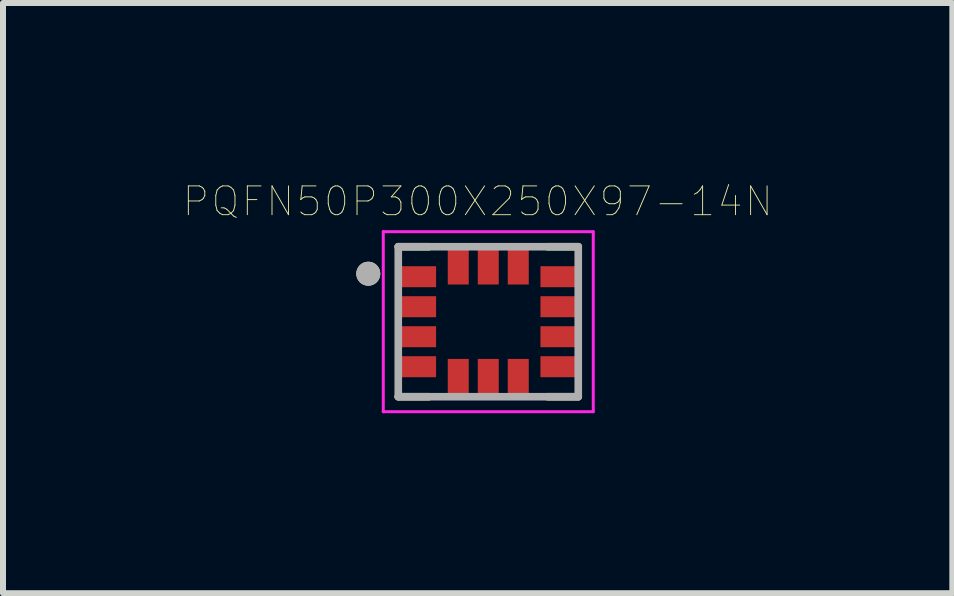
<source format=kicad_pcb>
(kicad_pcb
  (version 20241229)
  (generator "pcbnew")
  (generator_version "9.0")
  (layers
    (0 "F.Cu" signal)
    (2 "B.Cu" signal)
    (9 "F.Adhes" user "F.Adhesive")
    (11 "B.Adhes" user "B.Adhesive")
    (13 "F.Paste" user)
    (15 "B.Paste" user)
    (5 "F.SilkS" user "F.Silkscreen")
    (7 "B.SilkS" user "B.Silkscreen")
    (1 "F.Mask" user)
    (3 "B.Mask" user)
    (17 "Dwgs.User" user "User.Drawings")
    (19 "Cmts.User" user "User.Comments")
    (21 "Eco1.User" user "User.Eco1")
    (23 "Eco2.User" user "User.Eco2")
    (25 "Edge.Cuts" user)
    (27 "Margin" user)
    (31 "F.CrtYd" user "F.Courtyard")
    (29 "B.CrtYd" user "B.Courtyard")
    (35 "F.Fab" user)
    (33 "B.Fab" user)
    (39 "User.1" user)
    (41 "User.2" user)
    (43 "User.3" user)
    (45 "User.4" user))
  (footprint "PQFN50P300X250X97-14N"
    (layer "F.Cu")
    (at 5.088 2.312)
    (property "Reference" "PQFN50P300X250X97-14N" (at -0.176 -2.005 0) (layer "F.SilkS") (effects (font (size 0.48 0.48) (thickness 0.015))))
    (attr through_hole)
    (fp_poly (pts (xy -0.82 -0.85) (xy -0.82 -0.65) (xy -0.82 -0.643) (xy -0.821 -0.637) (xy -0.822 -0.63) (xy -0.823 -0.624) (xy -0.824 -0.618) (xy -0.826 -0.611) (xy -0.828 -0.605) (xy -0.831 -0.599) (xy -0.834 -0.593) (xy -0.837 -0.588) (xy -0.84 -0.582) (xy -0.844 -0.577) (xy -0.848 -0.571) (xy -0.852 -0.566) (xy -0.857 -0.562) (xy -0.861 -0.557) (xy -0.866 -0.553) (xy -0.872 -0.549) (xy -0.877 -0.545) (xy -0.882 -0.542) (xy -0.888 -0.539) (xy -0.894 -0.536) (xy -0.9 -0.533) (xy -0.906 -0.531) (xy -0.913 -0.529) (xy -0.919 -0.528) (xy -0.925 -0.527) (xy -0.932 -0.526) (xy -0.938 -0.525) (xy -0.945 -0.525) (xy -1.385 -0.525) (xy -1.392 -0.525) (xy -1.398 -0.526) (xy -1.405 -0.527) (xy -1.411 -0.528) (xy -1.417 -0.529) (xy -1.424 -0.531) (xy -1.43 -0.533) (xy -1.436 -0.536) (xy -1.442 -0.539) (xy -1.448 -0.542) (xy -1.453 -0.545) (xy -1.458 -0.549) (xy -1.464 -0.553) (xy -1.469 -0.557) (xy -1.473 -0.562) (xy -1.478 -0.566) (xy -1.482 -0.571) (xy -1.486 -0.577) (xy -1.49 -0.582) (xy -1.493 -0.588) (xy -1.496 -0.593) (xy -1.499 -0.599) (xy -1.502 -0.605) (xy -1.504 -0.611) (xy -1.506 -0.618) (xy -1.507 -0.624) (xy -1.508 -0.63) (xy -1.509 -0.637) (xy -1.51 -0.643) (xy -1.51 -0.65) (xy -1.51 -0.85) (xy -1.51 -0.857) (xy -1.509 -0.863) (xy -1.508 -0.87) (xy -1.507 -0.876) (xy -1.506 -0.882) (xy -1.504 -0.889) (xy -1.502 -0.895) (xy -1.499 -0.901) (xy -1.496 -0.907) (xy -1.493 -0.912) (xy -1.49 -0.918) (xy -1.486 -0.923) (xy -1.482 -0.929) (xy -1.478 -0.934) (xy -1.473 -0.938) (xy -1.469 -0.943) (xy -1.464 -0.947) (xy -1.458 -0.951) (xy -1.453 -0.955) (xy -1.448 -0.958) (xy -1.442 -0.961) (xy -1.436 -0.964) (xy -1.43 -0.967) (xy -1.424 -0.969) (xy -1.417 -0.971) (xy -1.411 -0.972) (xy -1.405 -0.973) (xy -1.398 -0.974) (xy -1.392 -0.975) (xy -1.385 -0.975) (xy -0.945 -0.975) (xy -0.938 -0.975) (xy -0.932 -0.974) (xy -0.925 -0.973) (xy -0.919 -0.972) (xy -0.913 -0.971) (xy -0.906 -0.969) (xy -0.9 -0.967) (xy -0.894 -0.964) (xy -0.888 -0.961) (xy -0.882 -0.958) (xy -0.877 -0.955) (xy -0.872 -0.951) (xy -0.866 -0.947) (xy -0.861 -0.943) (xy -0.857 -0.938) (xy -0.852 -0.934) (xy -0.848 -0.929) (xy -0.844 -0.923) (xy -0.84 -0.918) (xy -0.837 -0.912) (xy -0.834 -0.907) (xy -0.831 -0.901) (xy -0.828 -0.895) (xy -0.826 -0.889) (xy -0.824 -0.882) (xy -0.823 -0.876) (xy -0.822 -0.87) (xy -0.821 -0.863) (xy -0.82 -0.857) (xy -0.82 -0.85)) (stroke (width 0.01) (type solid)) (fill yes) (layer "F.Mask"))
    (fp_poly (pts (xy -0.82 -0.35) (xy -0.82 -0.15) (xy -0.82 -0.143) (xy -0.821 -0.137) (xy -0.822 -0.13) (xy -0.823 -0.124) (xy -0.824 -0.118) (xy -0.826 -0.111) (xy -0.828 -0.105) (xy -0.831 -0.099) (xy -0.834 -0.093) (xy -0.837 -0.087) (xy -0.84 -0.082) (xy -0.844 -0.077) (xy -0.848 -0.071) (xy -0.852 -0.066) (xy -0.857 -0.062) (xy -0.861 -0.057) (xy -0.866 -0.053) (xy -0.872 -0.049) (xy -0.877 -0.045) (xy -0.882 -0.042) (xy -0.888 -0.039) (xy -0.894 -0.036) (xy -0.9 -0.033) (xy -0.906 -0.031) (xy -0.913 -0.029) (xy -0.919 -0.028) (xy -0.925 -0.027) (xy -0.932 -0.026) (xy -0.938 -0.025) (xy -0.945 -0.025) (xy -1.385 -0.025) (xy -1.392 -0.025) (xy -1.398 -0.026) (xy -1.405 -0.027) (xy -1.411 -0.028) (xy -1.417 -0.029) (xy -1.424 -0.031) (xy -1.43 -0.033) (xy -1.436 -0.036) (xy -1.442 -0.039) (xy -1.448 -0.042) (xy -1.453 -0.045) (xy -1.458 -0.049) (xy -1.464 -0.053) (xy -1.469 -0.057) (xy -1.473 -0.062) (xy -1.478 -0.066) (xy -1.482 -0.071) (xy -1.486 -0.077) (xy -1.49 -0.082) (xy -1.493 -0.087) (xy -1.496 -0.093) (xy -1.499 -0.099) (xy -1.502 -0.105) (xy -1.504 -0.111) (xy -1.506 -0.118) (xy -1.507 -0.124) (xy -1.508 -0.13) (xy -1.509 -0.137) (xy -1.51 -0.143) (xy -1.51 -0.15) (xy -1.51 -0.35) (xy -1.51 -0.357) (xy -1.509 -0.363) (xy -1.508 -0.37) (xy -1.507 -0.376) (xy -1.506 -0.382) (xy -1.504 -0.389) (xy -1.502 -0.395) (xy -1.499 -0.401) (xy -1.496 -0.407) (xy -1.493 -0.412) (xy -1.49 -0.418) (xy -1.486 -0.423) (xy -1.482 -0.429) (xy -1.478 -0.434) (xy -1.473 -0.438) (xy -1.469 -0.443) (xy -1.464 -0.447) (xy -1.458 -0.451) (xy -1.453 -0.455) (xy -1.448 -0.458) (xy -1.442 -0.461) (xy -1.436 -0.464) (xy -1.43 -0.467) (xy -1.424 -0.469) (xy -1.417 -0.471) (xy -1.411 -0.472) (xy -1.405 -0.473) (xy -1.398 -0.474) (xy -1.392 -0.475) (xy -1.385 -0.475) (xy -0.945 -0.475) (xy -0.938 -0.475) (xy -0.932 -0.474) (xy -0.925 -0.473) (xy -0.919 -0.472) (xy -0.913 -0.471) (xy -0.906 -0.469) (xy -0.9 -0.467) (xy -0.894 -0.464) (xy -0.888 -0.461) (xy -0.882 -0.458) (xy -0.877 -0.455) (xy -0.872 -0.451) (xy -0.866 -0.447) (xy -0.861 -0.443) (xy -0.857 -0.438) (xy -0.852 -0.434) (xy -0.848 -0.429) (xy -0.844 -0.423) (xy -0.84 -0.418) (xy -0.837 -0.412) (xy -0.834 -0.407) (xy -0.831 -0.401) (xy -0.828 -0.395) (xy -0.826 -0.389) (xy -0.824 -0.382) (xy -0.823 -0.376) (xy -0.822 -0.37) (xy -0.821 -0.363) (xy -0.82 -0.357) (xy -0.82 -0.35)) (stroke (width 0.01) (type solid)) (fill yes) (layer "F.Mask"))
    (fp_poly (pts (xy -0.82 0.15) (xy -0.82 0.35) (xy -0.82 0.357) (xy -0.821 0.363) (xy -0.822 0.37) (xy -0.823 0.376) (xy -0.824 0.382) (xy -0.826 0.389) (xy -0.828 0.395) (xy -0.831 0.401) (xy -0.834 0.407) (xy -0.837 0.412) (xy -0.84 0.418) (xy -0.844 0.423) (xy -0.848 0.429) (xy -0.852 0.434) (xy -0.857 0.438) (xy -0.861 0.443) (xy -0.866 0.447) (xy -0.872 0.451) (xy -0.877 0.455) (xy -0.882 0.458) (xy -0.888 0.461) (xy -0.894 0.464) (xy -0.9 0.467) (xy -0.906 0.469) (xy -0.913 0.471) (xy -0.919 0.472) (xy -0.925 0.473) (xy -0.932 0.474) (xy -0.938 0.475) (xy -0.945 0.475) (xy -1.385 0.475) (xy -1.392 0.475) (xy -1.398 0.474) (xy -1.405 0.473) (xy -1.411 0.472) (xy -1.417 0.471) (xy -1.424 0.469) (xy -1.43 0.467) (xy -1.436 0.464) (xy -1.442 0.461) (xy -1.448 0.458) (xy -1.453 0.455) (xy -1.458 0.451) (xy -1.464 0.447) (xy -1.469 0.443) (xy -1.473 0.438) (xy -1.478 0.434) (xy -1.482 0.429) (xy -1.486 0.423) (xy -1.49 0.418) (xy -1.493 0.412) (xy -1.496 0.407) (xy -1.499 0.401) (xy -1.502 0.395) (xy -1.504 0.389) (xy -1.506 0.382) (xy -1.507 0.376) (xy -1.508 0.37) (xy -1.509 0.363) (xy -1.51 0.357) (xy -1.51 0.35) (xy -1.51 0.15) (xy -1.51 0.143) (xy -1.509 0.137) (xy -1.508 0.13) (xy -1.507 0.124) (xy -1.506 0.118) (xy -1.504 0.111) (xy -1.502 0.105) (xy -1.499 0.099) (xy -1.496 0.093) (xy -1.493 0.087) (xy -1.49 0.082) (xy -1.486 0.077) (xy -1.482 0.071) (xy -1.478 0.066) (xy -1.473 0.062) (xy -1.469 0.057) (xy -1.464 0.053) (xy -1.458 0.049) (xy -1.453 0.045) (xy -1.448 0.042) (xy -1.442 0.039) (xy -1.436 0.036) (xy -1.43 0.033) (xy -1.424 0.031) (xy -1.417 0.029) (xy -1.411 0.028) (xy -1.405 0.027) (xy -1.398 0.026) (xy -1.392 0.025) (xy -1.385 0.025) (xy -0.945 0.025) (xy -0.938 0.025) (xy -0.932 0.026) (xy -0.925 0.027) (xy -0.919 0.028) (xy -0.913 0.029) (xy -0.906 0.031) (xy -0.9 0.033) (xy -0.894 0.036) (xy -0.888 0.039) (xy -0.882 0.042) (xy -0.877 0.045) (xy -0.872 0.049) (xy -0.866 0.053) (xy -0.861 0.057) (xy -0.857 0.062) (xy -0.852 0.066) (xy -0.848 0.071) (xy -0.844 0.077) (xy -0.84 0.082) (xy -0.837 0.087) (xy -0.834 0.093) (xy -0.831 0.099) (xy -0.828 0.105) (xy -0.826 0.111) (xy -0.824 0.118) (xy -0.823 0.124) (xy -0.822 0.13) (xy -0.821 0.137) (xy -0.82 0.143) (xy -0.82 0.15)) (stroke (width 0.01) (type solid)) (fill yes) (layer "F.Mask"))
    (fp_poly (pts (xy -0.82 0.65) (xy -0.82 0.85) (xy -0.82 0.857) (xy -0.821 0.863) (xy -0.822 0.87) (xy -0.823 0.876) (xy -0.824 0.882) (xy -0.826 0.889) (xy -0.828 0.895) (xy -0.831 0.901) (xy -0.834 0.907) (xy -0.837 0.912) (xy -0.84 0.918) (xy -0.844 0.923) (xy -0.848 0.929) (xy -0.852 0.934) (xy -0.857 0.938) (xy -0.861 0.943) (xy -0.866 0.947) (xy -0.872 0.951) (xy -0.877 0.955) (xy -0.882 0.958) (xy -0.888 0.961) (xy -0.894 0.964) (xy -0.9 0.967) (xy -0.906 0.969) (xy -0.913 0.971) (xy -0.919 0.972) (xy -0.925 0.973) (xy -0.932 0.974) (xy -0.938 0.975) (xy -0.945 0.975) (xy -1.385 0.975) (xy -1.392 0.975) (xy -1.398 0.974) (xy -1.405 0.973) (xy -1.411 0.972) (xy -1.417 0.971) (xy -1.424 0.969) (xy -1.43 0.967) (xy -1.436 0.964) (xy -1.442 0.961) (xy -1.448 0.958) (xy -1.453 0.955) (xy -1.458 0.951) (xy -1.464 0.947) (xy -1.469 0.943) (xy -1.473 0.938) (xy -1.478 0.934) (xy -1.482 0.929) (xy -1.486 0.923) (xy -1.49 0.918) (xy -1.493 0.912) (xy -1.496 0.907) (xy -1.499 0.901) (xy -1.502 0.895) (xy -1.504 0.889) (xy -1.506 0.882) (xy -1.507 0.876) (xy -1.508 0.87) (xy -1.509 0.863) (xy -1.51 0.857) (xy -1.51 0.85) (xy -1.51 0.65) (xy -1.51 0.643) (xy -1.509 0.637) (xy -1.508 0.63) (xy -1.507 0.624) (xy -1.506 0.618) (xy -1.504 0.611) (xy -1.502 0.605) (xy -1.499 0.599) (xy -1.496 0.593) (xy -1.493 0.588) (xy -1.49 0.582) (xy -1.486 0.577) (xy -1.482 0.571) (xy -1.478 0.566) (xy -1.473 0.562) (xy -1.469 0.557) (xy -1.464 0.553) (xy -1.458 0.549) (xy -1.453 0.545) (xy -1.448 0.542) (xy -1.442 0.539) (xy -1.436 0.536) (xy -1.43 0.533) (xy -1.424 0.531) (xy -1.417 0.529) (xy -1.411 0.528) (xy -1.405 0.527) (xy -1.398 0.526) (xy -1.392 0.525) (xy -1.385 0.525) (xy -0.945 0.525) (xy -0.938 0.525) (xy -0.932 0.526) (xy -0.925 0.527) (xy -0.919 0.528) (xy -0.913 0.529) (xy -0.906 0.531) (xy -0.9 0.533) (xy -0.894 0.536) (xy -0.888 0.539) (xy -0.882 0.542) (xy -0.877 0.545) (xy -0.872 0.549) (xy -0.866 0.553) (xy -0.861 0.557) (xy -0.857 0.562) (xy -0.852 0.566) (xy -0.848 0.571) (xy -0.844 0.577) (xy -0.84 0.582) (xy -0.837 0.588) (xy -0.834 0.593) (xy -0.831 0.599) (xy -0.828 0.605) (xy -0.826 0.611) (xy -0.824 0.618) (xy -0.823 0.624) (xy -0.822 0.63) (xy -0.821 0.637) (xy -0.82 0.643) (xy -0.82 0.65)) (stroke (width 0.01) (type solid)) (fill yes) (layer "F.Mask"))
    (fp_poly (pts (xy -0.6 -1.26) (xy -0.4 -1.26) (xy -0.393 -1.26) (xy -0.387 -1.259) (xy -0.38 -1.258) (xy -0.374 -1.257) (xy -0.368 -1.256) (xy -0.361 -1.254) (xy -0.355 -1.252) (xy -0.349 -1.249) (xy -0.343 -1.246) (xy -0.338 -1.243) (xy -0.332 -1.24) (xy -0.327 -1.236) (xy -0.321 -1.232) (xy -0.316 -1.228) (xy -0.312 -1.223) (xy -0.307 -1.219) (xy -0.303 -1.214) (xy -0.299 -1.208) (xy -0.295 -1.203) (xy -0.292 -1.198) (xy -0.289 -1.192) (xy -0.286 -1.186) (xy -0.283 -1.18) (xy -0.281 -1.174) (xy -0.279 -1.167) (xy -0.278 -1.161) (xy -0.277 -1.155) (xy -0.276 -1.148) (xy -0.275 -1.142) (xy -0.275 -1.135) (xy -0.275 -0.695) (xy -0.275 -0.688) (xy -0.276 -0.682) (xy -0.277 -0.675) (xy -0.278 -0.669) (xy -0.279 -0.663) (xy -0.281 -0.656) (xy -0.283 -0.65) (xy -0.286 -0.644) (xy -0.289 -0.638) (xy -0.292 -0.632) (xy -0.295 -0.627) (xy -0.299 -0.622) (xy -0.303 -0.616) (xy -0.307 -0.611) (xy -0.312 -0.607) (xy -0.316 -0.602) (xy -0.321 -0.598) (xy -0.327 -0.594) (xy -0.332 -0.59) (xy -0.338 -0.587) (xy -0.343 -0.584) (xy -0.349 -0.581) (xy -0.355 -0.578) (xy -0.361 -0.576) (xy -0.368 -0.574) (xy -0.374 -0.573) (xy -0.38 -0.572) (xy -0.387 -0.571) (xy -0.393 -0.57) (xy -0.4 -0.57) (xy -0.6 -0.57) (xy -0.607 -0.57) (xy -0.613 -0.571) (xy -0.62 -0.572) (xy -0.626 -0.573) (xy -0.632 -0.574) (xy -0.639 -0.576) (xy -0.645 -0.578) (xy -0.651 -0.581) (xy -0.657 -0.584) (xy -0.662 -0.587) (xy -0.668 -0.59) (xy -0.673 -0.594) (xy -0.679 -0.598) (xy -0.684 -0.602) (xy -0.688 -0.607) (xy -0.693 -0.611) (xy -0.697 -0.616) (xy -0.701 -0.622) (xy -0.705 -0.627) (xy -0.708 -0.632) (xy -0.711 -0.638) (xy -0.714 -0.644) (xy -0.717 -0.65) (xy -0.719 -0.656) (xy -0.721 -0.663) (xy -0.722 -0.669) (xy -0.723 -0.675) (xy -0.724 -0.682) (xy -0.725 -0.688) (xy -0.725 -0.695) (xy -0.725 -1.135) (xy -0.725 -1.142) (xy -0.724 -1.148) (xy -0.723 -1.155) (xy -0.722 -1.161) (xy -0.721 -1.167) (xy -0.719 -1.174) (xy -0.717 -1.18) (xy -0.714 -1.186) (xy -0.711 -1.192) (xy -0.708 -1.198) (xy -0.705 -1.203) (xy -0.701 -1.208) (xy -0.697 -1.214) (xy -0.693 -1.219) (xy -0.688 -1.223) (xy -0.684 -1.228) (xy -0.679 -1.232) (xy -0.673 -1.236) (xy -0.668 -1.24) (xy -0.662 -1.243) (xy -0.657 -1.246) (xy -0.651 -1.249) (xy -0.645 -1.252) (xy -0.639 -1.254) (xy -0.632 -1.256) (xy -0.626 -1.257) (xy -0.62 -1.258) (xy -0.613 -1.259) (xy -0.607 -1.26) (xy -0.6 -1.26)) (stroke (width 0.01) (type solid)) (fill yes) (layer "F.Mask"))
    (fp_poly (pts (xy -0.6 0.57) (xy -0.4 0.57) (xy -0.393 0.57) (xy -0.387 0.571) (xy -0.38 0.572) (xy -0.374 0.573) (xy -0.368 0.574) (xy -0.361 0.576) (xy -0.355 0.578) (xy -0.349 0.581) (xy -0.343 0.584) (xy -0.338 0.587) (xy -0.332 0.59) (xy -0.327 0.594) (xy -0.321 0.598) (xy -0.316 0.602) (xy -0.312 0.607) (xy -0.307 0.611) (xy -0.303 0.616) (xy -0.299 0.622) (xy -0.295 0.627) (xy -0.292 0.632) (xy -0.289 0.638) (xy -0.286 0.644) (xy -0.283 0.65) (xy -0.281 0.656) (xy -0.279 0.663) (xy -0.278 0.669) (xy -0.277 0.675) (xy -0.276 0.682) (xy -0.275 0.688) (xy -0.275 0.695) (xy -0.275 1.135) (xy -0.275 1.142) (xy -0.276 1.148) (xy -0.277 1.155) (xy -0.278 1.161) (xy -0.279 1.167) (xy -0.281 1.174) (xy -0.283 1.18) (xy -0.286 1.186) (xy -0.289 1.192) (xy -0.292 1.198) (xy -0.295 1.203) (xy -0.299 1.208) (xy -0.303 1.214) (xy -0.307 1.219) (xy -0.312 1.223) (xy -0.316 1.228) (xy -0.321 1.232) (xy -0.327 1.236) (xy -0.332 1.24) (xy -0.338 1.243) (xy -0.343 1.246) (xy -0.349 1.249) (xy -0.355 1.252) (xy -0.361 1.254) (xy -0.368 1.256) (xy -0.374 1.257) (xy -0.38 1.258) (xy -0.387 1.259) (xy -0.393 1.26) (xy -0.4 1.26) (xy -0.6 1.26) (xy -0.607 1.26) (xy -0.613 1.259) (xy -0.62 1.258) (xy -0.626 1.257) (xy -0.632 1.256) (xy -0.639 1.254) (xy -0.645 1.252) (xy -0.651 1.249) (xy -0.657 1.246) (xy -0.662 1.243) (xy -0.668 1.24) (xy -0.673 1.236) (xy -0.679 1.232) (xy -0.684 1.228) (xy -0.688 1.223) (xy -0.693 1.219) (xy -0.697 1.214) (xy -0.701 1.208) (xy -0.705 1.203) (xy -0.708 1.198) (xy -0.711 1.192) (xy -0.714 1.186) (xy -0.717 1.18) (xy -0.719 1.174) (xy -0.721 1.167) (xy -0.722 1.161) (xy -0.723 1.155) (xy -0.724 1.148) (xy -0.725 1.142) (xy -0.725 1.135) (xy -0.725 0.695) (xy -0.725 0.688) (xy -0.724 0.682) (xy -0.723 0.675) (xy -0.722 0.669) (xy -0.721 0.663) (xy -0.719 0.656) (xy -0.717 0.65) (xy -0.714 0.644) (xy -0.711 0.638) (xy -0.708 0.632) (xy -0.705 0.627) (xy -0.701 0.622) (xy -0.697 0.616) (xy -0.693 0.611) (xy -0.688 0.607) (xy -0.684 0.602) (xy -0.679 0.598) (xy -0.673 0.594) (xy -0.668 0.59) (xy -0.662 0.587) (xy -0.657 0.584) (xy -0.651 0.581) (xy -0.645 0.578) (xy -0.639 0.576) (xy -0.632 0.574) (xy -0.626 0.573) (xy -0.62 0.572) (xy -0.613 0.571) (xy -0.607 0.57) (xy -0.6 0.57)) (stroke (width 0.01) (type solid)) (fill yes) (layer "F.Mask"))
    (fp_poly (pts (xy -0.1 -1.26) (xy 0.1 -1.26) (xy 0.107 -1.26) (xy 0.113 -1.259) (xy 0.12 -1.258) (xy 0.126 -1.257) (xy 0.132 -1.256) (xy 0.139 -1.254) (xy 0.145 -1.252) (xy 0.151 -1.249) (xy 0.157 -1.246) (xy 0.163 -1.243) (xy 0.168 -1.24) (xy 0.173 -1.236) (xy 0.179 -1.232) (xy 0.184 -1.228) (xy 0.188 -1.223) (xy 0.193 -1.219) (xy 0.197 -1.214) (xy 0.201 -1.208) (xy 0.205 -1.203) (xy 0.208 -1.198) (xy 0.211 -1.192) (xy 0.214 -1.186) (xy 0.217 -1.18) (xy 0.219 -1.174) (xy 0.221 -1.167) (xy 0.222 -1.161) (xy 0.223 -1.155) (xy 0.224 -1.148) (xy 0.225 -1.142) (xy 0.225 -1.135) (xy 0.225 -0.695) (xy 0.225 -0.688) (xy 0.224 -0.682) (xy 0.223 -0.675) (xy 0.222 -0.669) (xy 0.221 -0.663) (xy 0.219 -0.656) (xy 0.217 -0.65) (xy 0.214 -0.644) (xy 0.211 -0.638) (xy 0.208 -0.632) (xy 0.205 -0.627) (xy 0.201 -0.622) (xy 0.197 -0.616) (xy 0.193 -0.611) (xy 0.188 -0.607) (xy 0.184 -0.602) (xy 0.179 -0.598) (xy 0.173 -0.594) (xy 0.168 -0.59) (xy 0.163 -0.587) (xy 0.157 -0.584) (xy 0.151 -0.581) (xy 0.145 -0.578) (xy 0.139 -0.576) (xy 0.132 -0.574) (xy 0.126 -0.573) (xy 0.12 -0.572) (xy 0.113 -0.571) (xy 0.107 -0.57) (xy 0.1 -0.57) (xy -0.1 -0.57) (xy -0.107 -0.57) (xy -0.113 -0.571) (xy -0.12 -0.572) (xy -0.126 -0.573) (xy -0.132 -0.574) (xy -0.139 -0.576) (xy -0.145 -0.578) (xy -0.151 -0.581) (xy -0.157 -0.584) (xy -0.163 -0.587) (xy -0.168 -0.59) (xy -0.173 -0.594) (xy -0.179 -0.598) (xy -0.184 -0.602) (xy -0.188 -0.607) (xy -0.193 -0.611) (xy -0.197 -0.616) (xy -0.201 -0.622) (xy -0.205 -0.627) (xy -0.208 -0.632) (xy -0.211 -0.638) (xy -0.214 -0.644) (xy -0.217 -0.65) (xy -0.219 -0.656) (xy -0.221 -0.663) (xy -0.222 -0.669) (xy -0.223 -0.675) (xy -0.224 -0.682) (xy -0.225 -0.688) (xy -0.225 -0.695) (xy -0.225 -1.135) (xy -0.225 -1.142) (xy -0.224 -1.148) (xy -0.223 -1.155) (xy -0.222 -1.161) (xy -0.221 -1.167) (xy -0.219 -1.174) (xy -0.217 -1.18) (xy -0.214 -1.186) (xy -0.211 -1.192) (xy -0.208 -1.198) (xy -0.205 -1.203) (xy -0.201 -1.208) (xy -0.197 -1.214) (xy -0.193 -1.219) (xy -0.188 -1.223) (xy -0.184 -1.228) (xy -0.179 -1.232) (xy -0.173 -1.236) (xy -0.168 -1.24) (xy -0.163 -1.243) (xy -0.157 -1.246) (xy -0.151 -1.249) (xy -0.145 -1.252) (xy -0.139 -1.254) (xy -0.132 -1.256) (xy -0.126 -1.257) (xy -0.12 -1.258) (xy -0.113 -1.259) (xy -0.107 -1.26) (xy -0.1 -1.26)) (stroke (width 0.01) (type solid)) (fill yes) (layer "F.Mask"))
    (fp_poly (pts (xy -0.1 0.57) (xy 0.1 0.57) (xy 0.107 0.57) (xy 0.113 0.571) (xy 0.12 0.572) (xy 0.126 0.573) (xy 0.132 0.574) (xy 0.139 0.576) (xy 0.145 0.578) (xy 0.151 0.581) (xy 0.157 0.584) (xy 0.163 0.587) (xy 0.168 0.59) (xy 0.173 0.594) (xy 0.179 0.598) (xy 0.184 0.602) (xy 0.188 0.607) (xy 0.193 0.611) (xy 0.197 0.616) (xy 0.201 0.622) (xy 0.205 0.627) (xy 0.208 0.632) (xy 0.211 0.638) (xy 0.214 0.644) (xy 0.217 0.65) (xy 0.219 0.656) (xy 0.221 0.663) (xy 0.222 0.669) (xy 0.223 0.675) (xy 0.224 0.682) (xy 0.225 0.688) (xy 0.225 0.695) (xy 0.225 1.135) (xy 0.225 1.142) (xy 0.224 1.148) (xy 0.223 1.155) (xy 0.222 1.161) (xy 0.221 1.167) (xy 0.219 1.174) (xy 0.217 1.18) (xy 0.214 1.186) (xy 0.211 1.192) (xy 0.208 1.198) (xy 0.205 1.203) (xy 0.201 1.208) (xy 0.197 1.214) (xy 0.193 1.219) (xy 0.188 1.223) (xy 0.184 1.228) (xy 0.179 1.232) (xy 0.173 1.236) (xy 0.168 1.24) (xy 0.163 1.243) (xy 0.157 1.246) (xy 0.151 1.249) (xy 0.145 1.252) (xy 0.139 1.254) (xy 0.132 1.256) (xy 0.126 1.257) (xy 0.12 1.258) (xy 0.113 1.259) (xy 0.107 1.26) (xy 0.1 1.26) (xy -0.1 1.26) (xy -0.107 1.26) (xy -0.113 1.259) (xy -0.12 1.258) (xy -0.126 1.257) (xy -0.132 1.256) (xy -0.139 1.254) (xy -0.145 1.252) (xy -0.151 1.249) (xy -0.157 1.246) (xy -0.163 1.243) (xy -0.168 1.24) (xy -0.173 1.236) (xy -0.179 1.232) (xy -0.184 1.228) (xy -0.188 1.223) (xy -0.193 1.219) (xy -0.197 1.214) (xy -0.201 1.208) (xy -0.205 1.203) (xy -0.208 1.198) (xy -0.211 1.192) (xy -0.214 1.186) (xy -0.217 1.18) (xy -0.219 1.174) (xy -0.221 1.167) (xy -0.222 1.161) (xy -0.223 1.155) (xy -0.224 1.148) (xy -0.225 1.142) (xy -0.225 1.135) (xy -0.225 0.695) (xy -0.225 0.688) (xy -0.224 0.682) (xy -0.223 0.675) (xy -0.222 0.669) (xy -0.221 0.663) (xy -0.219 0.656) (xy -0.217 0.65) (xy -0.214 0.644) (xy -0.211 0.638) (xy -0.208 0.632) (xy -0.205 0.627) (xy -0.201 0.622) (xy -0.197 0.616) (xy -0.193 0.611) (xy -0.188 0.607) (xy -0.184 0.602) (xy -0.179 0.598) (xy -0.173 0.594) (xy -0.168 0.59) (xy -0.163 0.587) (xy -0.157 0.584) (xy -0.151 0.581) (xy -0.145 0.578) (xy -0.139 0.576) (xy -0.132 0.574) (xy -0.126 0.573) (xy -0.12 0.572) (xy -0.113 0.571) (xy -0.107 0.57) (xy -0.1 0.57)) (stroke (width 0.01) (type solid)) (fill yes) (layer "F.Mask"))
    (fp_poly (pts (xy 0.4 -1.26) (xy 0.6 -1.26) (xy 0.607 -1.26) (xy 0.613 -1.259) (xy 0.62 -1.258) (xy 0.626 -1.257) (xy 0.632 -1.256) (xy 0.639 -1.254) (xy 0.645 -1.252) (xy 0.651 -1.249) (xy 0.657 -1.246) (xy 0.662 -1.243) (xy 0.668 -1.24) (xy 0.673 -1.236) (xy 0.679 -1.232) (xy 0.684 -1.228) (xy 0.688 -1.223) (xy 0.693 -1.219) (xy 0.697 -1.214) (xy 0.701 -1.208) (xy 0.705 -1.203) (xy 0.708 -1.198) (xy 0.711 -1.192) (xy 0.714 -1.186) (xy 0.717 -1.18) (xy 0.719 -1.174) (xy 0.721 -1.167) (xy 0.722 -1.161) (xy 0.723 -1.155) (xy 0.724 -1.148) (xy 0.725 -1.142) (xy 0.725 -1.135) (xy 0.725 -0.695) (xy 0.725 -0.688) (xy 0.724 -0.682) (xy 0.723 -0.675) (xy 0.722 -0.669) (xy 0.721 -0.663) (xy 0.719 -0.656) (xy 0.717 -0.65) (xy 0.714 -0.644) (xy 0.711 -0.638) (xy 0.708 -0.632) (xy 0.705 -0.627) (xy 0.701 -0.622) (xy 0.697 -0.616) (xy 0.693 -0.611) (xy 0.688 -0.607) (xy 0.684 -0.602) (xy 0.679 -0.598) (xy 0.673 -0.594) (xy 0.668 -0.59) (xy 0.662 -0.587) (xy 0.657 -0.584) (xy 0.651 -0.581) (xy 0.645 -0.578) (xy 0.639 -0.576) (xy 0.632 -0.574) (xy 0.626 -0.573) (xy 0.62 -0.572) (xy 0.613 -0.571) (xy 0.607 -0.57) (xy 0.6 -0.57) (xy 0.4 -0.57) (xy 0.393 -0.57) (xy 0.387 -0.571) (xy 0.38 -0.572) (xy 0.374 -0.573) (xy 0.368 -0.574) (xy 0.361 -0.576) (xy 0.355 -0.578) (xy 0.349 -0.581) (xy 0.343 -0.584) (xy 0.338 -0.587) (xy 0.332 -0.59) (xy 0.327 -0.594) (xy 0.321 -0.598) (xy 0.316 -0.602) (xy 0.312 -0.607) (xy 0.307 -0.611) (xy 0.303 -0.616) (xy 0.299 -0.622) (xy 0.295 -0.627) (xy 0.292 -0.632) (xy 0.289 -0.638) (xy 0.286 -0.644) (xy 0.283 -0.65) (xy 0.281 -0.656) (xy 0.279 -0.663) (xy 0.278 -0.669) (xy 0.277 -0.675) (xy 0.276 -0.682) (xy 0.275 -0.688) (xy 0.275 -0.695) (xy 0.275 -1.135) (xy 0.275 -1.142) (xy 0.276 -1.148) (xy 0.277 -1.155) (xy 0.278 -1.161) (xy 0.279 -1.167) (xy 0.281 -1.174) (xy 0.283 -1.18) (xy 0.286 -1.186) (xy 0.289 -1.192) (xy 0.292 -1.198) (xy 0.295 -1.203) (xy 0.299 -1.208) (xy 0.303 -1.214) (xy 0.307 -1.219) (xy 0.312 -1.223) (xy 0.316 -1.228) (xy 0.321 -1.232) (xy 0.327 -1.236) (xy 0.332 -1.24) (xy 0.338 -1.243) (xy 0.343 -1.246) (xy 0.349 -1.249) (xy 0.355 -1.252) (xy 0.361 -1.254) (xy 0.368 -1.256) (xy 0.374 -1.257) (xy 0.38 -1.258) (xy 0.387 -1.259) (xy 0.393 -1.26) (xy 0.4 -1.26)) (stroke (width 0.01) (type solid)) (fill yes) (layer "F.Mask"))
    (fp_poly (pts (xy 0.4 0.57) (xy 0.6 0.57) (xy 0.607 0.57) (xy 0.613 0.571) (xy 0.62 0.572) (xy 0.626 0.573) (xy 0.632 0.574) (xy 0.639 0.576) (xy 0.645 0.578) (xy 0.651 0.581) (xy 0.657 0.584) (xy 0.662 0.587) (xy 0.668 0.59) (xy 0.673 0.594) (xy 0.679 0.598) (xy 0.684 0.602) (xy 0.688 0.607) (xy 0.693 0.611) (xy 0.697 0.616) (xy 0.701 0.622) (xy 0.705 0.627) (xy 0.708 0.632) (xy 0.711 0.638) (xy 0.714 0.644) (xy 0.717 0.65) (xy 0.719 0.656) (xy 0.721 0.663) (xy 0.722 0.669) (xy 0.723 0.675) (xy 0.724 0.682) (xy 0.725 0.688) (xy 0.725 0.695) (xy 0.725 1.135) (xy 0.725 1.142) (xy 0.724 1.148) (xy 0.723 1.155) (xy 0.722 1.161) (xy 0.721 1.167) (xy 0.719 1.174) (xy 0.717 1.18) (xy 0.714 1.186) (xy 0.711 1.192) (xy 0.708 1.198) (xy 0.705 1.203) (xy 0.701 1.208) (xy 0.697 1.214) (xy 0.693 1.219) (xy 0.688 1.223) (xy 0.684 1.228) (xy 0.679 1.232) (xy 0.673 1.236) (xy 0.668 1.24) (xy 0.662 1.243) (xy 0.657 1.246) (xy 0.651 1.249) (xy 0.645 1.252) (xy 0.639 1.254) (xy 0.632 1.256) (xy 0.626 1.257) (xy 0.62 1.258) (xy 0.613 1.259) (xy 0.607 1.26) (xy 0.6 1.26) (xy 0.4 1.26) (xy 0.393 1.26) (xy 0.387 1.259) (xy 0.38 1.258) (xy 0.374 1.257) (xy 0.368 1.256) (xy 0.361 1.254) (xy 0.355 1.252) (xy 0.349 1.249) (xy 0.343 1.246) (xy 0.338 1.243) (xy 0.332 1.24) (xy 0.327 1.236) (xy 0.321 1.232) (xy 0.316 1.228) (xy 0.312 1.223) (xy 0.307 1.219) (xy 0.303 1.214) (xy 0.299 1.208) (xy 0.295 1.203) (xy 0.292 1.198) (xy 0.289 1.192) (xy 0.286 1.186) (xy 0.283 1.18) (xy 0.281 1.174) (xy 0.279 1.167) (xy 0.278 1.161) (xy 0.277 1.155) (xy 0.276 1.148) (xy 0.275 1.142) (xy 0.275 1.135) (xy 0.275 0.695) (xy 0.275 0.688) (xy 0.276 0.682) (xy 0.277 0.675) (xy 0.278 0.669) (xy 0.279 0.663) (xy 0.281 0.656) (xy 0.283 0.65) (xy 0.286 0.644) (xy 0.289 0.638) (xy 0.292 0.632) (xy 0.295 0.627) (xy 0.299 0.622) (xy 0.303 0.616) (xy 0.307 0.611) (xy 0.312 0.607) (xy 0.316 0.602) (xy 0.321 0.598) (xy 0.327 0.594) (xy 0.332 0.59) (xy 0.338 0.587) (xy 0.343 0.584) (xy 0.349 0.581) (xy 0.355 0.578) (xy 0.361 0.576) (xy 0.368 0.574) (xy 0.374 0.573) (xy 0.38 0.572) (xy 0.387 0.571) (xy 0.393 0.57) (xy 0.4 0.57)) (stroke (width 0.01) (type solid)) (fill yes) (layer "F.Mask"))
    (fp_poly (pts (xy 1.51 -0.85) (xy 1.51 -0.65) (xy 1.51 -0.643) (xy 1.509 -0.637) (xy 1.508 -0.63) (xy 1.507 -0.624) (xy 1.506 -0.618) (xy 1.504 -0.611) (xy 1.502 -0.605) (xy 1.499 -0.599) (xy 1.496 -0.593) (xy 1.493 -0.588) (xy 1.49 -0.582) (xy 1.486 -0.577) (xy 1.482 -0.571) (xy 1.478 -0.566) (xy 1.473 -0.562) (xy 1.469 -0.557) (xy 1.464 -0.553) (xy 1.458 -0.549) (xy 1.453 -0.545) (xy 1.448 -0.542) (xy 1.442 -0.539) (xy 1.436 -0.536) (xy 1.43 -0.533) (xy 1.424 -0.531) (xy 1.417 -0.529) (xy 1.411 -0.528) (xy 1.405 -0.527) (xy 1.398 -0.526) (xy 1.392 -0.525) (xy 1.385 -0.525) (xy 0.945 -0.525) (xy 0.938 -0.525) (xy 0.932 -0.526) (xy 0.925 -0.527) (xy 0.919 -0.528) (xy 0.913 -0.529) (xy 0.906 -0.531) (xy 0.9 -0.533) (xy 0.894 -0.536) (xy 0.888 -0.539) (xy 0.882 -0.542) (xy 0.877 -0.545) (xy 0.872 -0.549) (xy 0.866 -0.553) (xy 0.861 -0.557) (xy 0.857 -0.562) (xy 0.852 -0.566) (xy 0.848 -0.571) (xy 0.844 -0.577) (xy 0.84 -0.582) (xy 0.837 -0.588) (xy 0.834 -0.593) (xy 0.831 -0.599) (xy 0.828 -0.605) (xy 0.826 -0.611) (xy 0.824 -0.618) (xy 0.823 -0.624) (xy 0.822 -0.63) (xy 0.821 -0.637) (xy 0.82 -0.643) (xy 0.82 -0.65) (xy 0.82 -0.85) (xy 0.82 -0.857) (xy 0.821 -0.863) (xy 0.822 -0.87) (xy 0.823 -0.876) (xy 0.824 -0.882) (xy 0.826 -0.889) (xy 0.828 -0.895) (xy 0.831 -0.901) (xy 0.834 -0.907) (xy 0.837 -0.912) (xy 0.84 -0.918) (xy 0.844 -0.923) (xy 0.848 -0.929) (xy 0.852 -0.934) (xy 0.857 -0.938) (xy 0.861 -0.943) (xy 0.866 -0.947) (xy 0.872 -0.951) (xy 0.877 -0.955) (xy 0.882 -0.958) (xy 0.888 -0.961) (xy 0.894 -0.964) (xy 0.9 -0.967) (xy 0.906 -0.969) (xy 0.913 -0.971) (xy 0.919 -0.972) (xy 0.925 -0.973) (xy 0.932 -0.974) (xy 0.938 -0.975) (xy 0.945 -0.975) (xy 1.385 -0.975) (xy 1.392 -0.975) (xy 1.398 -0.974) (xy 1.405 -0.973) (xy 1.411 -0.972) (xy 1.417 -0.971) (xy 1.424 -0.969) (xy 1.43 -0.967) (xy 1.436 -0.964) (xy 1.442 -0.961) (xy 1.448 -0.958) (xy 1.453 -0.955) (xy 1.458 -0.951) (xy 1.464 -0.947) (xy 1.469 -0.943) (xy 1.473 -0.938) (xy 1.478 -0.934) (xy 1.482 -0.929) (xy 1.486 -0.923) (xy 1.49 -0.918) (xy 1.493 -0.912) (xy 1.496 -0.907) (xy 1.499 -0.901) (xy 1.502 -0.895) (xy 1.504 -0.889) (xy 1.506 -0.882) (xy 1.507 -0.876) (xy 1.508 -0.87) (xy 1.509 -0.863) (xy 1.51 -0.857) (xy 1.51 -0.85)) (stroke (width 0.01) (type solid)) (fill yes) (layer "F.Mask"))
    (fp_poly (pts (xy 1.51 -0.35) (xy 1.51 -0.15) (xy 1.51 -0.143) (xy 1.509 -0.137) (xy 1.508 -0.13) (xy 1.507 -0.124) (xy 1.506 -0.118) (xy 1.504 -0.111) (xy 1.502 -0.105) (xy 1.499 -0.099) (xy 1.496 -0.093) (xy 1.493 -0.087) (xy 1.49 -0.082) (xy 1.486 -0.077) (xy 1.482 -0.071) (xy 1.478 -0.066) (xy 1.473 -0.062) (xy 1.469 -0.057) (xy 1.464 -0.053) (xy 1.458 -0.049) (xy 1.453 -0.045) (xy 1.448 -0.042) (xy 1.442 -0.039) (xy 1.436 -0.036) (xy 1.43 -0.033) (xy 1.424 -0.031) (xy 1.417 -0.029) (xy 1.411 -0.028) (xy 1.405 -0.027) (xy 1.398 -0.026) (xy 1.392 -0.025) (xy 1.385 -0.025) (xy 0.945 -0.025) (xy 0.938 -0.025) (xy 0.932 -0.026) (xy 0.925 -0.027) (xy 0.919 -0.028) (xy 0.913 -0.029) (xy 0.906 -0.031) (xy 0.9 -0.033) (xy 0.894 -0.036) (xy 0.888 -0.039) (xy 0.882 -0.042) (xy 0.877 -0.045) (xy 0.872 -0.049) (xy 0.866 -0.053) (xy 0.861 -0.057) (xy 0.857 -0.062) (xy 0.852 -0.066) (xy 0.848 -0.071) (xy 0.844 -0.077) (xy 0.84 -0.082) (xy 0.837 -0.087) (xy 0.834 -0.093) (xy 0.831 -0.099) (xy 0.828 -0.105) (xy 0.826 -0.111) (xy 0.824 -0.118) (xy 0.823 -0.124) (xy 0.822 -0.13) (xy 0.821 -0.137) (xy 0.82 -0.143) (xy 0.82 -0.15) (xy 0.82 -0.35) (xy 0.82 -0.357) (xy 0.821 -0.363) (xy 0.822 -0.37) (xy 0.823 -0.376) (xy 0.824 -0.382) (xy 0.826 -0.389) (xy 0.828 -0.395) (xy 0.831 -0.401) (xy 0.834 -0.407) (xy 0.837 -0.412) (xy 0.84 -0.418) (xy 0.844 -0.423) (xy 0.848 -0.429) (xy 0.852 -0.434) (xy 0.857 -0.438) (xy 0.861 -0.443) (xy 0.866 -0.447) (xy 0.872 -0.451) (xy 0.877 -0.455) (xy 0.882 -0.458) (xy 0.888 -0.461) (xy 0.894 -0.464) (xy 0.9 -0.467) (xy 0.906 -0.469) (xy 0.913 -0.471) (xy 0.919 -0.472) (xy 0.925 -0.473) (xy 0.932 -0.474) (xy 0.938 -0.475) (xy 0.945 -0.475) (xy 1.385 -0.475) (xy 1.392 -0.475) (xy 1.398 -0.474) (xy 1.405 -0.473) (xy 1.411 -0.472) (xy 1.417 -0.471) (xy 1.424 -0.469) (xy 1.43 -0.467) (xy 1.436 -0.464) (xy 1.442 -0.461) (xy 1.448 -0.458) (xy 1.453 -0.455) (xy 1.458 -0.451) (xy 1.464 -0.447) (xy 1.469 -0.443) (xy 1.473 -0.438) (xy 1.478 -0.434) (xy 1.482 -0.429) (xy 1.486 -0.423) (xy 1.49 -0.418) (xy 1.493 -0.412) (xy 1.496 -0.407) (xy 1.499 -0.401) (xy 1.502 -0.395) (xy 1.504 -0.389) (xy 1.506 -0.382) (xy 1.507 -0.376) (xy 1.508 -0.37) (xy 1.509 -0.363) (xy 1.51 -0.357) (xy 1.51 -0.35)) (stroke (width 0.01) (type solid)) (fill yes) (layer "F.Mask"))
    (fp_poly (pts (xy 1.51 0.15) (xy 1.51 0.35) (xy 1.51 0.357) (xy 1.509 0.363) (xy 1.508 0.37) (xy 1.507 0.376) (xy 1.506 0.382) (xy 1.504 0.389) (xy 1.502 0.395) (xy 1.499 0.401) (xy 1.496 0.407) (xy 1.493 0.412) (xy 1.49 0.418) (xy 1.486 0.423) (xy 1.482 0.429) (xy 1.478 0.434) (xy 1.473 0.438) (xy 1.469 0.443) (xy 1.464 0.447) (xy 1.458 0.451) (xy 1.453 0.455) (xy 1.448 0.458) (xy 1.442 0.461) (xy 1.436 0.464) (xy 1.43 0.467) (xy 1.424 0.469) (xy 1.417 0.471) (xy 1.411 0.472) (xy 1.405 0.473) (xy 1.398 0.474) (xy 1.392 0.475) (xy 1.385 0.475) (xy 0.945 0.475) (xy 0.938 0.475) (xy 0.932 0.474) (xy 0.925 0.473) (xy 0.919 0.472) (xy 0.913 0.471) (xy 0.906 0.469) (xy 0.9 0.467) (xy 0.894 0.464) (xy 0.888 0.461) (xy 0.882 0.458) (xy 0.877 0.455) (xy 0.872 0.451) (xy 0.866 0.447) (xy 0.861 0.443) (xy 0.857 0.438) (xy 0.852 0.434) (xy 0.848 0.429) (xy 0.844 0.423) (xy 0.84 0.418) (xy 0.837 0.412) (xy 0.834 0.407) (xy 0.831 0.401) (xy 0.828 0.395) (xy 0.826 0.389) (xy 0.824 0.382) (xy 0.823 0.376) (xy 0.822 0.37) (xy 0.821 0.363) (xy 0.82 0.357) (xy 0.82 0.35) (xy 0.82 0.15) (xy 0.82 0.143) (xy 0.821 0.137) (xy 0.822 0.13) (xy 0.823 0.124) (xy 0.824 0.118) (xy 0.826 0.111) (xy 0.828 0.105) (xy 0.831 0.099) (xy 0.834 0.093) (xy 0.837 0.087) (xy 0.84 0.082) (xy 0.844 0.077) (xy 0.848 0.071) (xy 0.852 0.066) (xy 0.857 0.062) (xy 0.861 0.057) (xy 0.866 0.053) (xy 0.872 0.049) (xy 0.877 0.045) (xy 0.882 0.042) (xy 0.888 0.039) (xy 0.894 0.036) (xy 0.9 0.033) (xy 0.906 0.031) (xy 0.913 0.029) (xy 0.919 0.028) (xy 0.925 0.027) (xy 0.932 0.026) (xy 0.938 0.025) (xy 0.945 0.025) (xy 1.385 0.025) (xy 1.392 0.025) (xy 1.398 0.026) (xy 1.405 0.027) (xy 1.411 0.028) (xy 1.417 0.029) (xy 1.424 0.031) (xy 1.43 0.033) (xy 1.436 0.036) (xy 1.442 0.039) (xy 1.448 0.042) (xy 1.453 0.045) (xy 1.458 0.049) (xy 1.464 0.053) (xy 1.469 0.057) (xy 1.473 0.062) (xy 1.478 0.066) (xy 1.482 0.071) (xy 1.486 0.077) (xy 1.49 0.082) (xy 1.493 0.087) (xy 1.496 0.093) (xy 1.499 0.099) (xy 1.502 0.105) (xy 1.504 0.111) (xy 1.506 0.118) (xy 1.507 0.124) (xy 1.508 0.13) (xy 1.509 0.137) (xy 1.51 0.143) (xy 1.51 0.15)) (stroke (width 0.01) (type solid)) (fill yes) (layer "F.Mask"))
    (fp_poly (pts (xy 1.51 0.65) (xy 1.51 0.85) (xy 1.51 0.857) (xy 1.509 0.863) (xy 1.508 0.87) (xy 1.507 0.876) (xy 1.506 0.882) (xy 1.504 0.889) (xy 1.502 0.895) (xy 1.499 0.901) (xy 1.496 0.907) (xy 1.493 0.912) (xy 1.49 0.918) (xy 1.486 0.923) (xy 1.482 0.929) (xy 1.478 0.934) (xy 1.473 0.938) (xy 1.469 0.943) (xy 1.464 0.947) (xy 1.458 0.951) (xy 1.453 0.955) (xy 1.448 0.958) (xy 1.442 0.961) (xy 1.436 0.964) (xy 1.43 0.967) (xy 1.424 0.969) (xy 1.417 0.971) (xy 1.411 0.972) (xy 1.405 0.973) (xy 1.398 0.974) (xy 1.392 0.975) (xy 1.385 0.975) (xy 0.945 0.975) (xy 0.938 0.975) (xy 0.932 0.974) (xy 0.925 0.973) (xy 0.919 0.972) (xy 0.913 0.971) (xy 0.906 0.969) (xy 0.9 0.967) (xy 0.894 0.964) (xy 0.888 0.961) (xy 0.882 0.958) (xy 0.877 0.955) (xy 0.872 0.951) (xy 0.866 0.947) (xy 0.861 0.943) (xy 0.857 0.938) (xy 0.852 0.934) (xy 0.848 0.929) (xy 0.844 0.923) (xy 0.84 0.918) (xy 0.837 0.912) (xy 0.834 0.907) (xy 0.831 0.901) (xy 0.828 0.895) (xy 0.826 0.889) (xy 0.824 0.882) (xy 0.823 0.876) (xy 0.822 0.87) (xy 0.821 0.863) (xy 0.82 0.857) (xy 0.82 0.85) (xy 0.82 0.65) (xy 0.82 0.643) (xy 0.821 0.637) (xy 0.822 0.63) (xy 0.823 0.624) (xy 0.824 0.618) (xy 0.826 0.611) (xy 0.828 0.605) (xy 0.831 0.599) (xy 0.834 0.593) (xy 0.837 0.588) (xy 0.84 0.582) (xy 0.844 0.577) (xy 0.848 0.571) (xy 0.852 0.566) (xy 0.857 0.562) (xy 0.861 0.557) (xy 0.866 0.553) (xy 0.872 0.549) (xy 0.877 0.545) (xy 0.882 0.542) (xy 0.888 0.539) (xy 0.894 0.536) (xy 0.9 0.533) (xy 0.906 0.531) (xy 0.913 0.529) (xy 0.919 0.528) (xy 0.925 0.527) (xy 0.932 0.526) (xy 0.938 0.525) (xy 0.945 0.525) (xy 1.385 0.525) (xy 1.392 0.525) (xy 1.398 0.526) (xy 1.405 0.527) (xy 1.411 0.528) (xy 1.417 0.529) (xy 1.424 0.531) (xy 1.43 0.533) (xy 1.436 0.536) (xy 1.442 0.539) (xy 1.448 0.542) (xy 1.453 0.545) (xy 1.458 0.549) (xy 1.464 0.553) (xy 1.469 0.557) (xy 1.473 0.562) (xy 1.478 0.566) (xy 1.482 0.571) (xy 1.486 0.577) (xy 1.49 0.582) (xy 1.493 0.588) (xy 1.496 0.593) (xy 1.499 0.599) (xy 1.502 0.605) (xy 1.504 0.611) (xy 1.506 0.618) (xy 1.507 0.624) (xy 1.508 0.63) (xy 1.509 0.637) (xy 1.51 0.643) (xy 1.51 0.65)) (stroke (width 0.01) (type solid)) (fill yes) (layer "F.Mask"))
    (fp_line (start -1.5 -1.25) (end -0.99 -1.25) (stroke (width 0.127) (type solid)) (layer "F.SilkS"))
    (fp_line (start -1.5 1.25) (end -0.99 1.25) (stroke (width 0.127) (type solid)) (layer "F.SilkS"))
    (fp_line (start 0.99 -1.25) (end 1.5 -1.25) (stroke (width 0.127) (type solid)) (layer "F.SilkS"))
    (fp_line (start 1.5 1.25) (end 0.99 1.25) (stroke (width 0.127) (type solid)) (layer "F.SilkS"))
    (fp_circle (center -2 -0.8) (end -1.9 -0.8) (stroke (width 0.2) (type solid)) (fill no) (layer "F.SilkS"))
    (fp_line (start -1.75 -1.5) (end 1.75 -1.5) (stroke (width 0.05) (type solid)) (layer "F.CrtYd"))
    (fp_line (start -1.75 1.5) (end -1.75 -1.5) (stroke (width 0.05) (type solid)) (layer "F.CrtYd"))
    (fp_line (start 1.75 -1.5) (end 1.75 1.5) (stroke (width 0.05) (type solid)) (layer "F.CrtYd"))
    (fp_line (start 1.75 1.5) (end -1.75 1.5) (stroke (width 0.05) (type solid)) (layer "F.CrtYd"))
    (fp_line (start -1.5 -1.25) (end 1.5 -1.25) (stroke (width 0.127) (type solid)) (layer "F.Fab"))
    (fp_line (start -1.5 1.25) (end -1.5 -1.25) (stroke (width 0.127) (type solid)) (layer "F.Fab"))
    (fp_line (start 1.5 -1.25) (end 1.5 1.25) (stroke (width 0.127) (type solid)) (layer "F.Fab"))
    (fp_line (start 1.5 1.25) (end -1.5 1.25) (stroke (width 0.127) (type solid)) (layer "F.Fab"))
    (fp_circle (center -2 -0.8) (end -1.9 -0.8) (stroke (width 0.2) (type solid)) (fill no) (layer "F.Fab"))
    (pad "1" smd rect (at -1.165 -0.75) (size 0.59 0.35) (layers "F.Cu" "F.Paste"))
    (pad "2" smd rect (at -1.165 -0.25) (size 0.59 0.35) (layers "F.Cu" "F.Paste"))
    (pad "3" smd rect (at -1.165 0.25) (size 0.59 0.35) (layers "F.Cu" "F.Paste"))
    (pad "4" smd rect (at -1.165 0.75) (size 0.59 0.35) (layers "F.Cu" "F.Paste"))
    (pad "5" smd rect (at -0.5 0.915) (size 0.35 0.59) (layers "F.Cu" "F.Paste"))
    (pad "6" smd rect (at 0 0.915) (size 0.35 0.59) (layers "F.Cu" "F.Paste"))
    (pad "7" smd rect (at 0.5 0.915) (size 0.35 0.59) (layers "F.Cu" "F.Paste"))
    (pad "8" smd rect (at 1.165 0.75) (size 0.59 0.35) (layers "F.Cu" "F.Paste"))
    (pad "9" smd rect (at 1.165 0.25) (size 0.59 0.35) (layers "F.Cu" "F.Paste"))
    (pad "10" smd rect (at 1.165 -0.25) (size 0.59 0.35) (layers "F.Cu" "F.Paste"))
    (pad "11" smd rect (at 1.165 -0.75) (size 0.59 0.35) (layers "F.Cu" "F.Paste"))
    (pad "12" smd rect (at 0.5 -0.915) (size 0.35 0.59) (layers "F.Cu" "F.Paste"))
    (pad "13" smd rect (at 0 -0.915) (size 0.35 0.59) (layers "F.Cu" "F.Paste"))
    (pad "14" smd rect (at -0.5 -0.915) (size 0.35 0.59) (layers "F.Cu" "F.Paste")))
  (gr_rect
    (start -3 -3)
    (end 12.823 6.837)
    (stroke (width 0.1) (type default))
    (fill no)
    (layer "Edge.Cuts")))
</source>
